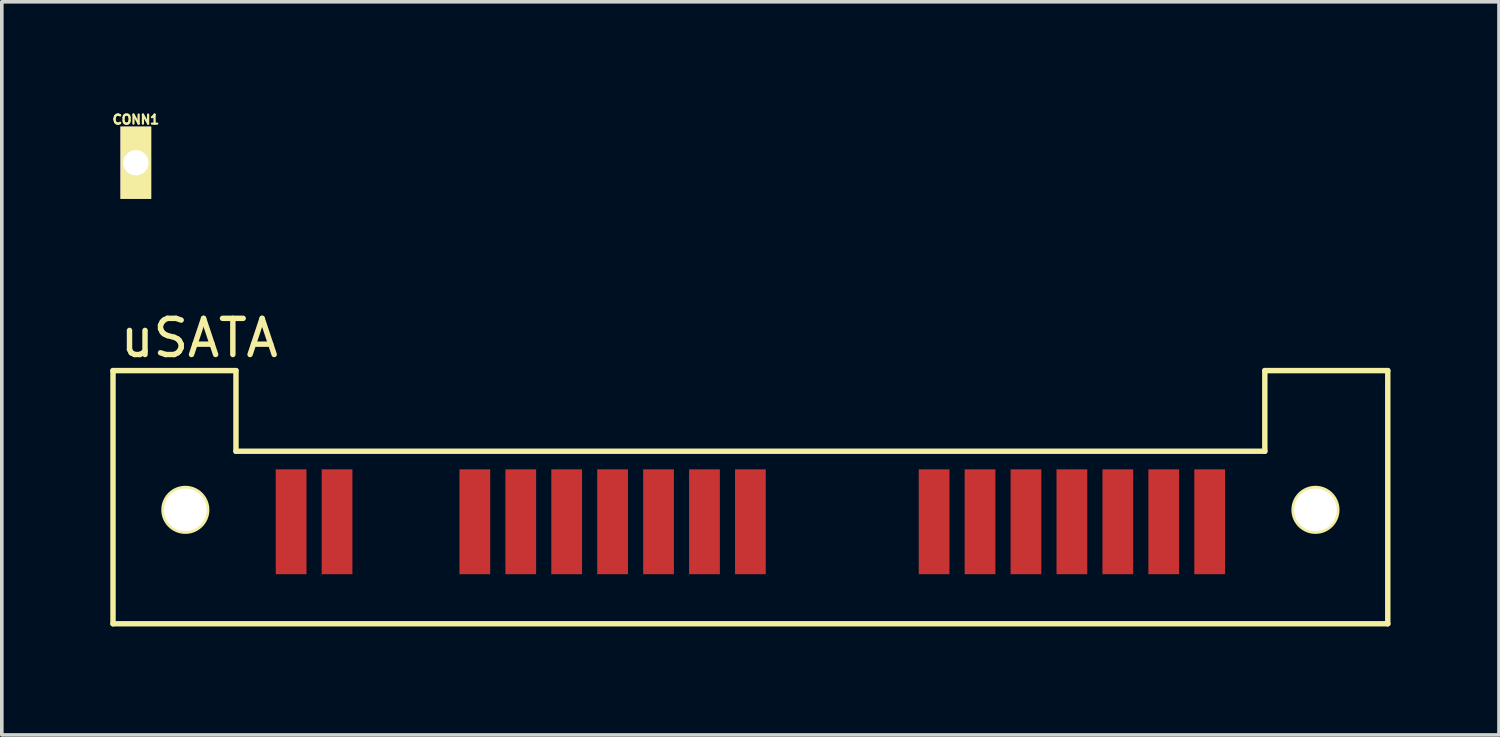
<source format=kicad_pcb>
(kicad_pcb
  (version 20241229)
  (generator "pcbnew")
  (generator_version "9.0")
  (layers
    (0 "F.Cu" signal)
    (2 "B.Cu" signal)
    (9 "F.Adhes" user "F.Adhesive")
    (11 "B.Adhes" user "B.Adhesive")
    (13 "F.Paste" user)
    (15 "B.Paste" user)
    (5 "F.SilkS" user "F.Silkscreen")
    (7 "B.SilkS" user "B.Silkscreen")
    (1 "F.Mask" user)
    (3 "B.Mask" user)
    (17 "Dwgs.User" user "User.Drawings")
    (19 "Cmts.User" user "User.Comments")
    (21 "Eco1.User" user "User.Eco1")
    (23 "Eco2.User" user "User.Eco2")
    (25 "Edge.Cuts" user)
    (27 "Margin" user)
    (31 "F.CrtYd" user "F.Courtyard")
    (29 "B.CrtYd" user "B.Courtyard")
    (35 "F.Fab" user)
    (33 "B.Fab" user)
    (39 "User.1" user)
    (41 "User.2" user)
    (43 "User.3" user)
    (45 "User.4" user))
  (footprint "CONN1"
    (layer "F.Cu")
    (at 0.706 1.45)
    (property "Reference" "CONN1" (at 0 -1.194 0) (layer "F.SilkS") (effects (font (size 0.25 0.25) (thickness 0.062))))
    (attr through_hole)
    (pad "1" thru_hole rect (at 0 0) (size 0.85 2) (drill 0.7) (layers "*.Cu" "*.Mask" "F.SilkS")))
  (footprint "uSATA"
    (layer "F.Cu")
    (at 30.4 11.378)
    (property "Reference" "uSATA" (at -27.94 -5.08 0) (layer "F.SilkS") (effects (font (size 1 1) (thickness 0.15))))
    (attr through_hole)
    (fp_line (start -30.325 -4.18) (end -26.925 -4.18) (stroke (width 0.15) (type solid)) (layer "F.SilkS"))
    (fp_line (start -30.325 2.82) (end -30.325 -4.18) (stroke (width 0.15) (type solid)) (layer "F.SilkS"))
    (fp_line (start -26.925 -4.18) (end -26.925 -1.95) (stroke (width 0.15) (type solid)) (layer "F.SilkS"))
    (fp_line (start -26.925 -1.95) (end 1.525 -1.95) (stroke (width 0.15) (type solid)) (layer "F.SilkS"))
    (fp_line (start 1.525 -4.18) (end 4.925 -4.18) (stroke (width 0.15) (type solid)) (layer "F.SilkS"))
    (fp_line (start 1.525 -1.95) (end 1.525 -4.18) (stroke (width 0.15) (type solid)) (layer "F.SilkS"))
    (fp_line (start 4.925 -4.18) (end 4.925 2.82) (stroke (width 0.15) (type solid)) (layer "F.SilkS"))
    (fp_line (start 4.925 2.82) (end -30.325 2.82) (stroke (width 0.15) (type solid)) (layer "F.SilkS"))
    (fp_circle (center -28.325 -0.33) (end -27.735 -0.33) (stroke (width 0.15) (type solid)) (fill no) (layer "F.SilkS"))
    (fp_circle (center 2.925 -0.33) (end 2.335 -0.33) (stroke (width 0.15) (type solid)) (fill no) (layer "F.SilkS"))
    (pad "" thru_hole circle (at -28.325 -0.33) (size 1.18 1.18) (drill 1.18) (layers "*.Mask" "F.Cu" "F.SilkS"))
    (pad "" thru_hole circle (at 2.925 -0.33) (size 1.18 1.18) (drill 1.18) (layers "*.Mask" "F.Cu" "F.SilkS"))
    (pad "1" smd rect (at 0 0) (size 0.85 2.9) (layers "F.Cu" "F.Mask" "F.Paste"))
    (pad "2" smd rect (at -1.27 0) (size 0.85 2.9) (layers "F.Cu" "F.Mask" "F.Paste"))
    (pad "3" smd rect (at -2.54 0) (size 0.85 2.9) (layers "F.Cu" "F.Mask" "F.Paste"))
    (pad "4" smd rect (at -3.81 0) (size 0.85 2.9) (layers "F.Cu" "F.Mask" "F.Paste"))
    (pad "5" smd rect (at -5.08 0) (size 0.85 2.9) (layers "F.Cu" "F.Mask" "F.Paste"))
    (pad "6" smd rect (at -6.35 0) (size 0.85 2.9) (layers "F.Cu" "F.Mask" "F.Paste"))
    (pad "7" smd rect (at -7.62 0) (size 0.85 2.9) (layers "F.Cu" "F.Mask" "F.Paste"))
    (pad "8" smd rect (at -12.7 0) (size 0.85 2.9) (layers "F.Cu" "F.Mask" "F.Paste"))
    (pad "9" smd rect (at -13.97 0) (size 0.85 2.9) (layers "F.Cu" "F.Mask" "F.Paste"))
    (pad "10" smd rect (at -15.24 0) (size 0.85 2.9) (layers "F.Cu" "F.Mask" "F.Paste"))
    (pad "11" smd rect (at -16.51 0) (size 0.85 2.9) (layers "F.Cu" "F.Mask" "F.Paste"))
    (pad "12" smd rect (at -17.78 0) (size 0.85 2.9) (layers "F.Cu" "F.Mask" "F.Paste"))
    (pad "13" smd rect (at -19.05 0) (size 0.85 2.9) (layers "F.Cu" "F.Mask" "F.Paste"))
    (pad "14" smd rect (at -20.32 0) (size 0.85 2.9) (layers "F.Cu" "F.Mask" "F.Paste"))
    (pad "15" smd rect (at -24.13 0) (size 0.85 2.9) (layers "F.Cu" "F.Mask" "F.Paste"))
    (pad "16" smd rect (at -25.4 0) (size 0.85 2.9) (layers "F.Cu" "F.Mask" "F.Paste")))
  (gr_rect
    (start -3 -3)
    (end 38.4 17.273)
    (stroke (width 0.1) (type default))
    (fill no)
    (layer "Edge.Cuts")))
</source>
